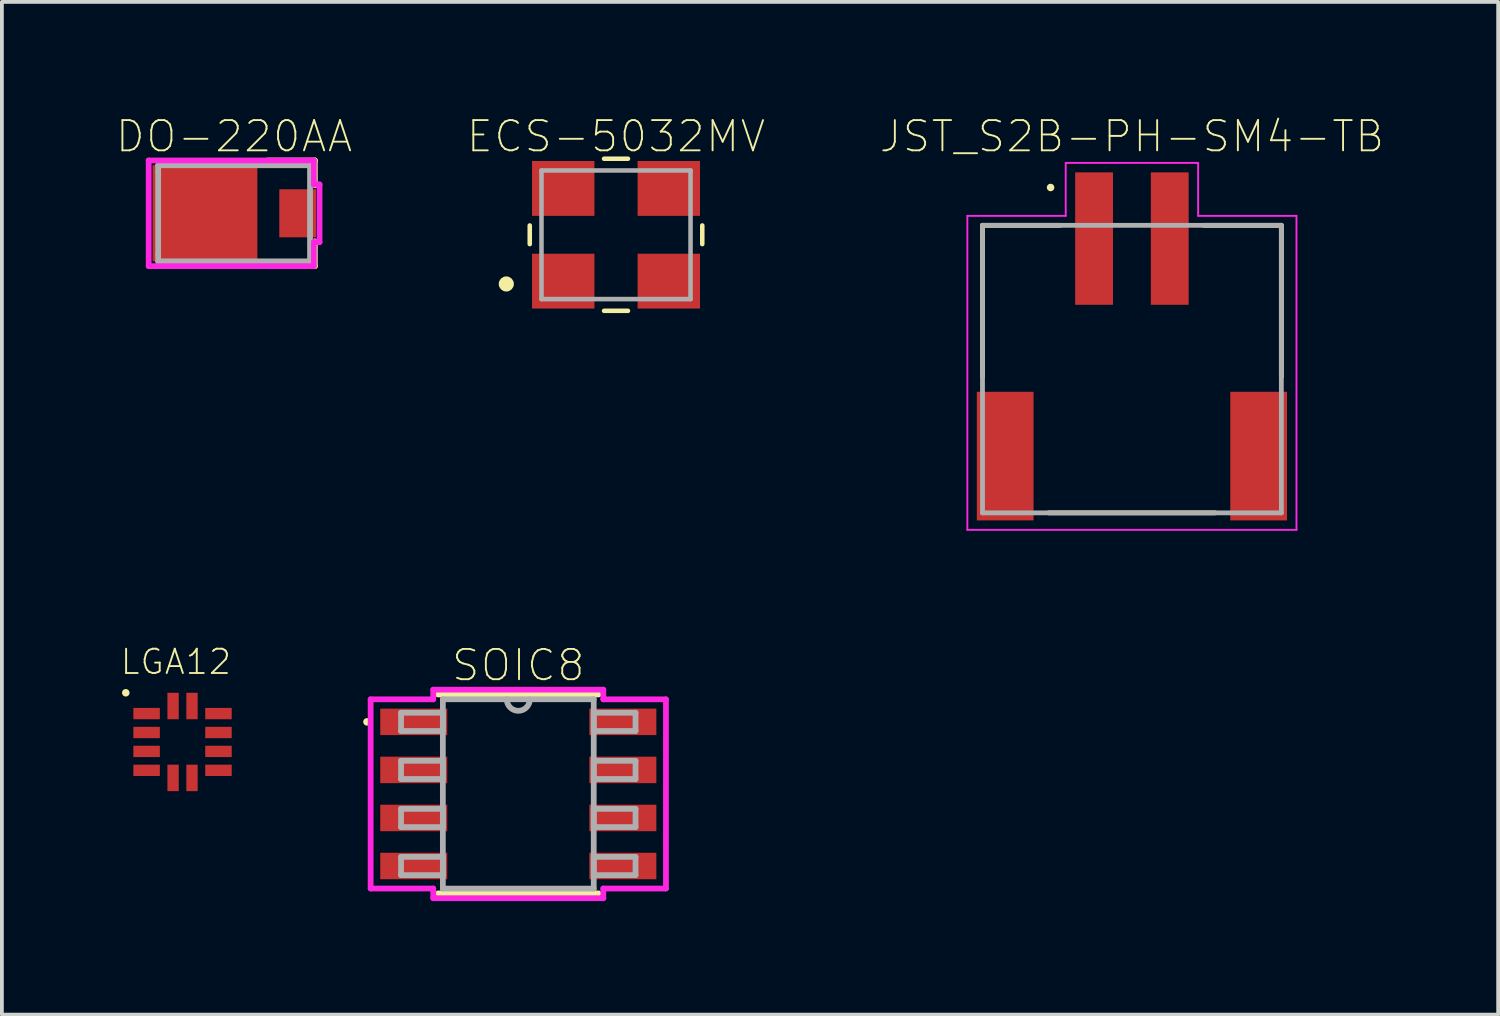
<source format=kicad_pcb>
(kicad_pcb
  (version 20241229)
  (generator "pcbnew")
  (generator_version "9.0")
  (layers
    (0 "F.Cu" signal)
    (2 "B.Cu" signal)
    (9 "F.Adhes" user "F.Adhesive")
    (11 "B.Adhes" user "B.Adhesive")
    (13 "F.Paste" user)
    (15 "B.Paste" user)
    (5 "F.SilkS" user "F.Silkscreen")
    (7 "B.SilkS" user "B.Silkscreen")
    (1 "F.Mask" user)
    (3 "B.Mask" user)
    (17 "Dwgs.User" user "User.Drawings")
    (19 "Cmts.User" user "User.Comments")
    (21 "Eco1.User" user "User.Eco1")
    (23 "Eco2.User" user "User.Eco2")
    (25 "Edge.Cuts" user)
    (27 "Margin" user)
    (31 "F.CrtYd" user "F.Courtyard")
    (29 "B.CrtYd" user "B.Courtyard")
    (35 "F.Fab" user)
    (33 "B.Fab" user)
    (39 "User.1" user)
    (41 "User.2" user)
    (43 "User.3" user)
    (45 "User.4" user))
  (footprint "LGA12"
    (layer "F.Cu")
    (at 1.775 16.562)
    (property "Reference" "LGA12" (at -0.175 -2.117 0) (layer "F.SilkS") (effects (font (size 0.643 0.643) (thickness 0.05))))
    (attr smd)
    (fp_circle (center -1.5 -1.3) (end -1.45 -1.3) (stroke (width 0.1) (type solid)) (fill no) (layer "F.SilkS"))
    (fp_line (start -1.75 -1.75) (end 1.75 -1.75) (stroke (width 0.05) (type solid)) (layer "Eco1.User"))
    (fp_line (start -1.75 1.75) (end -1.75 -1.75) (stroke (width 0.05) (type solid)) (layer "Eco1.User"))
    (fp_line (start 1.75 -1.75) (end 1.75 1.75) (stroke (width 0.05) (type solid)) (layer "Eco1.User"))
    (fp_line (start 1.75 1.75) (end -1.75 1.75) (stroke (width 0.05) (type solid)) (layer "Eco1.User"))
    (fp_line (start -1 -1) (end 1 -1) (stroke (width 0.127) (type solid)) (layer "Eco2.User"))
    (fp_line (start -1 1) (end -1 -1) (stroke (width 0.127) (type solid)) (layer "Eco2.User"))
    (fp_line (start 1 -1) (end 1 1) (stroke (width 0.127) (type solid)) (layer "Eco2.User"))
    (fp_line (start 1 1) (end -1 1) (stroke (width 0.127) (type solid)) (layer "Eco2.User"))
    (pad "1" smd rect (at -0.95 -0.75) (size 0.7 0.3) (layers "F.Cu" "F.Mask" "F.Paste"))
    (pad "2" smd rect (at -0.95 -0.25) (size 0.7 0.3) (layers "F.Cu" "F.Mask" "F.Paste"))
    (pad "3" smd rect (at -0.95 0.25) (size 0.7 0.3) (layers "F.Cu" "F.Mask" "F.Paste"))
    (pad "4" smd rect (at -0.95 0.75) (size 0.7 0.3) (layers "F.Cu" "F.Mask" "F.Paste"))
    (pad "5" smd rect (at -0.25 0.95 90) (size 0.7 0.3) (layers "F.Cu" "F.Mask" "F.Paste"))
    (pad "6" smd rect (at 0.25 0.95 90) (size 0.7 0.3) (layers "F.Cu" "F.Mask" "F.Paste"))
    (pad "7" smd rect (at 0.95 0.75 180) (size 0.7 0.3) (layers "F.Cu" "F.Mask" "F.Paste"))
    (pad "8" smd rect (at 0.95 0.25 180) (size 0.7 0.3) (layers "F.Cu" "F.Mask" "F.Paste"))
    (pad "9" smd rect (at 0.95 -0.25 180) (size 0.7 0.3) (layers "F.Cu" "F.Mask" "F.Paste"))
    (pad "10" smd rect (at 0.95 -0.75 180) (size 0.7 0.3) (layers "F.Cu" "F.Mask" "F.Paste"))
    (pad "11" smd rect (at 0.25 -0.95 270) (size 0.7 0.3) (layers "F.Cu" "F.Mask" "F.Paste"))
    (pad "12" smd rect (at -0.25 -0.95 270) (size 0.7 0.3) (layers "F.Cu" "F.Mask" "F.Paste")))
  (footprint "JST_S2B-PH-SM4-TB"
    (layer "F.Cu")
    (at 26.87 3.256)
    (property "Reference" "JST_S2B-PH-SM4-TB" (at 0 -2.7 0) (layer "F.SilkS") (effects (font (size 0.8 0.8) (thickness 0.05))))
    (attr smd)
    (fp_line (start -3.95 -0.35) (end -3.95 3.65) (stroke (width 0.127) (type solid)) (layer "F.SilkS"))
    (fp_line (start -2.2 7.25) (end 2.2 7.25) (stroke (width 0.127) (type solid)) (layer "F.SilkS"))
    (fp_line (start -1.9 -0.35) (end -3.95 -0.35) (stroke (width 0.127) (type solid)) (layer "F.SilkS"))
    (fp_line (start 3.95 -0.35) (end 1.9 -0.35) (stroke (width 0.127) (type solid)) (layer "F.SilkS"))
    (fp_line (start 3.95 3.65) (end 3.95 -0.35) (stroke (width 0.127) (type solid)) (layer "F.SilkS"))
    (fp_circle (center -2.15 -1.35) (end -2.1 -1.35) (stroke (width 0.1) (type solid)) (fill no) (layer "F.SilkS"))
    (fp_line (start -4.35 -0.6) (end -1.75 -0.6) (stroke (width 0.05) (type solid)) (layer "F.CrtYd"))
    (fp_line (start -4.35 7.7) (end -4.35 -0.6) (stroke (width 0.05) (type solid)) (layer "F.CrtYd"))
    (fp_line (start -1.75 -2) (end 1.75 -2) (stroke (width 0.05) (type solid)) (layer "F.CrtYd"))
    (fp_line (start -1.75 -0.6) (end -1.75 -2) (stroke (width 0.05) (type solid)) (layer "F.CrtYd"))
    (fp_line (start 1.75 -2) (end 1.75 -0.6) (stroke (width 0.05) (type solid)) (layer "F.CrtYd"))
    (fp_line (start 1.75 -0.6) (end 4.35 -0.6) (stroke (width 0.05) (type solid)) (layer "F.CrtYd"))
    (fp_line (start 4.35 -0.6) (end 4.35 7.7) (stroke (width 0.05) (type solid)) (layer "F.CrtYd"))
    (fp_line (start 4.35 7.7) (end -4.35 7.7) (stroke (width 0.05) (type solid)) (layer "F.CrtYd"))
    (fp_line (start -3.95 -0.35) (end 3.95 -0.35) (stroke (width 0.127) (type solid)) (layer "F.Fab"))
    (fp_line (start -3.95 7.25) (end -3.95 -0.35) (stroke (width 0.127) (type solid)) (layer "F.Fab"))
    (fp_line (start 3.95 -0.35) (end 3.95 7.25) (stroke (width 0.127) (type solid)) (layer "F.Fab"))
    (fp_line (start 3.95 7.25) (end -3.95 7.25) (stroke (width 0.127) (type solid)) (layer "F.Fab"))
    (pad "1" smd rect (at -1 0 180) (size 1 3.5) (layers "F.Cu" "F.Mask" "F.Paste"))
    (pad "2" smd rect (at 1 0 180) (size 1 3.5) (layers "F.Cu" "F.Mask" "F.Paste"))
    (pad "S1" smd rect (at -3.35 5.75 180) (size 1.5 3.4) (layers "F.Cu" "F.Mask" "F.Paste"))
    (pad "S2" smd rect (at 3.35 5.75 180) (size 1.5 3.4) (layers "F.Cu" "F.Mask" "F.Paste")))
  (footprint "DO-220AA"
    (layer "F.Cu")
    (at 3.138 2.588)
    (property "Reference" "DO-220AA" (at 0 -2.032 0) (layer "F.SilkS") (effects (font (size 0.8 0.8) (thickness 0.05))))
    (attr through_hole)
    (fp_line (start 0.891 1.397) (end 2.134 1.397) (stroke (width 0.152) (type solid)) (layer "F.SilkS"))
    (fp_line (start 2.134 -1.397) (end 0.891 -1.397) (stroke (width 0.152) (type solid)) (layer "F.SilkS"))
    (fp_line (start 2.134 -0.74) (end 2.134 -1.397) (stroke (width 0.152) (type solid)) (layer "F.SilkS"))
    (fp_line (start 2.134 1.397) (end 2.134 0.74) (stroke (width 0.152) (type solid)) (layer "F.SilkS"))
    (fp_line (start -2.258 -1.397) (end 2.108 -1.397) (stroke (width 0.152) (type solid)) (layer "F.CrtYd"))
    (fp_line (start -2.258 1.397) (end -2.258 -1.397) (stroke (width 0.152) (type solid)) (layer "F.CrtYd"))
    (fp_line (start 2.108 -1.397) (end 2.108 -0.762) (stroke (width 0.152) (type solid)) (layer "F.CrtYd"))
    (fp_line (start 2.108 -0.762) (end 2.258 -0.762) (stroke (width 0.152) (type solid)) (layer "F.CrtYd"))
    (fp_line (start 2.108 0.762) (end 2.108 1.397) (stroke (width 0.152) (type solid)) (layer "F.CrtYd"))
    (fp_line (start 2.108 1.397) (end -2.258 1.397) (stroke (width 0.152) (type solid)) (layer "F.CrtYd"))
    (fp_line (start 2.258 -0.762) (end 2.258 0.762) (stroke (width 0.152) (type solid)) (layer "F.CrtYd"))
    (fp_line (start 2.258 0.762) (end 2.108 0.762) (stroke (width 0.152) (type solid)) (layer "F.CrtYd"))
    (fp_line (start -2.007 -1.27) (end -2.007 1.27) (stroke (width 0.152) (type solid)) (layer "F.Fab"))
    (fp_line (start -2.007 -1.092) (end -2.007 -1.092) (stroke (width 0.152) (type solid)) (layer "F.Fab"))
    (fp_line (start -2.007 1.092) (end -2.007 1.092) (stroke (width 0.152) (type solid)) (layer "F.Fab"))
    (fp_line (start -2.007 1.27) (end 2.007 1.27) (stroke (width 0.152) (type solid)) (layer "F.Fab"))
    (fp_line (start 2.007 -1.27) (end -2.007 -1.27) (stroke (width 0.152) (type solid)) (layer "F.Fab"))
    (fp_line (start 2.007 1.27) (end 2.007 -1.27) (stroke (width 0.152) (type solid)) (layer "F.Fab"))
    (pad "1" smd rect (at -0.77 0) (size 2.77 2.54) (layers "F.Cu" "F.Mask" "F.Paste"))
    (pad "2" smd rect (at 1.68 0) (size 0.97 1.27) (layers "F.Cu" "F.Mask" "F.Paste")))
  (footprint "SOIC8"
    (layer "F.Cu")
    (at 10.65 17.936)
    (property "Reference" "SOIC8" (at 0 -3.4 0) (layer "F.SilkS") (effects (font (size 0.8 0.8) (thickness 0.05))))
    (attr through_hole)
    (fp_line (start -2.121 2.629) (end 2.121 2.629) (stroke (width 0.152) (type solid)) (layer "F.SilkS"))
    (fp_line (start 2.121 -2.629) (end -2.121 -2.629) (stroke (width 0.152) (type solid)) (layer "F.SilkS"))
    (fp_circle (center -4 -1.905) (end -3.95 -1.905) (stroke (width 0.1) (type solid)) (fill no) (layer "F.SilkS"))
    (fp_line (start -3.903 -2.5) (end -2.248 -2.5) (stroke (width 0.152) (type solid)) (layer "F.CrtYd"))
    (fp_line (start -3.903 2.5) (end -3.903 -2.5) (stroke (width 0.152) (type solid)) (layer "F.CrtYd"))
    (fp_line (start -2.248 -2.756) (end 2.248 -2.756) (stroke (width 0.152) (type solid)) (layer "F.CrtYd"))
    (fp_line (start -2.248 -2.5) (end -2.248 -2.756) (stroke (width 0.152) (type solid)) (layer "F.CrtYd"))
    (fp_line (start -2.248 2.5) (end -3.903 2.5) (stroke (width 0.152) (type solid)) (layer "F.CrtYd"))
    (fp_line (start -2.248 2.756) (end -2.248 2.5) (stroke (width 0.152) (type solid)) (layer "F.CrtYd"))
    (fp_line (start 2.248 -2.756) (end 2.248 -2.5) (stroke (width 0.152) (type solid)) (layer "F.CrtYd"))
    (fp_line (start 2.248 -2.5) (end 3.903 -2.5) (stroke (width 0.152) (type solid)) (layer "F.CrtYd"))
    (fp_line (start 2.248 2.5) (end 2.248 2.756) (stroke (width 0.152) (type solid)) (layer "F.CrtYd"))
    (fp_line (start 2.248 2.756) (end -2.248 2.756) (stroke (width 0.152) (type solid)) (layer "F.CrtYd"))
    (fp_line (start 3.903 -2.5) (end 3.903 2.5) (stroke (width 0.152) (type solid)) (layer "F.CrtYd"))
    (fp_line (start 3.903 2.5) (end 2.248 2.5) (stroke (width 0.152) (type solid)) (layer "F.CrtYd"))
    (fp_line (start -3.099 -2.146) (end -3.099 -1.664) (stroke (width 0.152) (type solid)) (layer "F.Fab"))
    (fp_line (start -3.099 -1.664) (end -1.994 -1.664) (stroke (width 0.152) (type solid)) (layer "F.Fab"))
    (fp_line (start -3.099 -0.876) (end -3.099 -0.394) (stroke (width 0.152) (type solid)) (layer "F.Fab"))
    (fp_line (start -3.099 -0.394) (end -1.994 -0.394) (stroke (width 0.152) (type solid)) (layer "F.Fab"))
    (fp_line (start -3.099 0.394) (end -3.099 0.876) (stroke (width 0.152) (type solid)) (layer "F.Fab"))
    (fp_line (start -3.099 0.876) (end -1.994 0.876) (stroke (width 0.152) (type solid)) (layer "F.Fab"))
    (fp_line (start -3.099 1.664) (end -3.099 2.146) (stroke (width 0.152) (type solid)) (layer "F.Fab"))
    (fp_line (start -3.099 2.146) (end -1.994 2.146) (stroke (width 0.152) (type solid)) (layer "F.Fab"))
    (fp_line (start -1.994 -2.502) (end -1.994 2.502) (stroke (width 0.152) (type solid)) (layer "F.Fab"))
    (fp_line (start -1.994 -2.146) (end -3.099 -2.146) (stroke (width 0.152) (type solid)) (layer "F.Fab"))
    (fp_line (start -1.994 -1.664) (end -1.994 -2.146) (stroke (width 0.152) (type solid)) (layer "F.Fab"))
    (fp_line (start -1.994 -0.876) (end -3.099 -0.876) (stroke (width 0.152) (type solid)) (layer "F.Fab"))
    (fp_line (start -1.994 -0.394) (end -1.994 -0.876) (stroke (width 0.152) (type solid)) (layer "F.Fab"))
    (fp_line (start -1.994 0.394) (end -3.099 0.394) (stroke (width 0.152) (type solid)) (layer "F.Fab"))
    (fp_line (start -1.994 0.876) (end -1.994 0.394) (stroke (width 0.152) (type solid)) (layer "F.Fab"))
    (fp_line (start -1.994 1.664) (end -3.099 1.664) (stroke (width 0.152) (type solid)) (layer "F.Fab"))
    (fp_line (start -1.994 2.146) (end -1.994 1.664) (stroke (width 0.152) (type solid)) (layer "F.Fab"))
    (fp_line (start -1.994 2.502) (end 1.994 2.502) (stroke (width 0.152) (type solid)) (layer "F.Fab"))
    (fp_line (start 1.994 -2.502) (end -1.994 -2.502) (stroke (width 0.152) (type solid)) (layer "F.Fab"))
    (fp_line (start 1.994 -2.146) (end 1.994 -1.664) (stroke (width 0.152) (type solid)) (layer "F.Fab"))
    (fp_line (start 1.994 -1.664) (end 3.099 -1.664) (stroke (width 0.152) (type solid)) (layer "F.Fab"))
    (fp_line (start 1.994 -0.876) (end 1.994 -0.394) (stroke (width 0.152) (type solid)) (layer "F.Fab"))
    (fp_line (start 1.994 -0.394) (end 3.099 -0.394) (stroke (width 0.152) (type solid)) (layer "F.Fab"))
    (fp_line (start 1.994 0.394) (end 1.994 0.876) (stroke (width 0.152) (type solid)) (layer "F.Fab"))
    (fp_line (start 1.994 0.876) (end 3.099 0.876) (stroke (width 0.152) (type solid)) (layer "F.Fab"))
    (fp_line (start 1.994 1.664) (end 1.994 2.146) (stroke (width 0.152) (type solid)) (layer "F.Fab"))
    (fp_line (start 1.994 2.146) (end 3.099 2.146) (stroke (width 0.152) (type solid)) (layer "F.Fab"))
    (fp_line (start 1.994 2.502) (end 1.994 -2.502) (stroke (width 0.152) (type solid)) (layer "F.Fab"))
    (fp_line (start 3.099 -2.146) (end 1.994 -2.146) (stroke (width 0.152) (type solid)) (layer "F.Fab"))
    (fp_line (start 3.099 -1.664) (end 3.099 -2.146) (stroke (width 0.152) (type solid)) (layer "F.Fab"))
    (fp_line (start 3.099 -0.876) (end 1.994 -0.876) (stroke (width 0.152) (type solid)) (layer "F.Fab"))
    (fp_line (start 3.099 -0.394) (end 3.099 -0.876) (stroke (width 0.152) (type solid)) (layer "F.Fab"))
    (fp_line (start 3.099 0.394) (end 1.994 0.394) (stroke (width 0.152) (type solid)) (layer "F.Fab"))
    (fp_line (start 3.099 0.876) (end 3.099 0.394) (stroke (width 0.152) (type solid)) (layer "F.Fab"))
    (fp_line (start 3.099 1.664) (end 1.994 1.664) (stroke (width 0.152) (type solid)) (layer "F.Fab"))
    (fp_line (start 3.099 2.146) (end 3.099 1.664) (stroke (width 0.152) (type solid)) (layer "F.Fab"))
    (fp_arc (start 0.3048 -2.5019) (mid 0 -2.1971) (end -0.3048 -2.5019) (stroke (width 0.1524) (type solid)) (layer "F.Fab"))
    (pad "1" smd rect (at -2.764 -1.905) (size 1.77 0.7) (layers "F.Cu" "F.Mask" "F.Paste"))
    (pad "2" smd rect (at -2.764 -0.635) (size 1.77 0.7) (layers "F.Cu" "F.Mask" "F.Paste"))
    (pad "3" smd rect (at -2.764 0.635) (size 1.77 0.7) (layers "F.Cu" "F.Mask" "F.Paste"))
    (pad "4" smd rect (at -2.764 1.905) (size 1.77 0.7) (layers "F.Cu" "F.Mask" "F.Paste"))
    (pad "5" smd rect (at 2.764 1.905) (size 1.77 0.7) (layers "F.Cu" "F.Mask" "F.Paste"))
    (pad "6" smd rect (at 2.764 0.635) (size 1.77 0.7) (layers "F.Cu" "F.Mask" "F.Paste"))
    (pad "7" smd rect (at 2.764 -0.635) (size 1.77 0.7) (layers "F.Cu" "F.Mask" "F.Paste"))
    (pad "8" smd rect (at 2.764 -1.905) (size 1.77 0.7) (layers "F.Cu" "F.Mask" "F.Paste")))
  (footprint "ECS-5032MV"
    (layer "F.Cu")
    (at 13.233 3.156)
    (property "Reference" "ECS-5032MV" (at 0 -2.6 0) (layer "F.SilkS") (effects (font (size 0.8 0.8) (thickness 0.05))))
    (attr smd)
    (fp_line (start -2.28 -0.246) (end -2.28 0.246) (stroke (width 0.12) (type solid)) (layer "F.SilkS"))
    (fp_line (start -0.316 -2.01) (end 0.316 -2.01) (stroke (width 0.12) (type solid)) (layer "F.SilkS"))
    (fp_line (start -0.316 2.01) (end 0.316 2.01) (stroke (width 0.12) (type solid)) (layer "F.SilkS"))
    (fp_line (start 2.28 -0.246) (end 2.28 0.246) (stroke (width 0.12) (type solid)) (layer "F.SilkS"))
    (fp_circle (center -2.9 1.3) (end -2.8 1.3) (stroke (width 0.2) (type solid)) (fill no) (layer "F.SilkS"))
    (fp_line (start -1.97 -1.7) (end 1.97 -1.7) (stroke (width 0.12) (type solid)) (layer "F.Fab"))
    (fp_line (start -1.97 1.7) (end -1.97 -1.7) (stroke (width 0.12) (type solid)) (layer "F.Fab"))
    (fp_line (start 1.97 -1.7) (end 1.97 1.7) (stroke (width 0.12) (type solid)) (layer "F.Fab"))
    (fp_line (start 1.97 1.7) (end -1.97 1.7) (stroke (width 0.12) (type solid)) (layer "F.Fab"))
    (pad "1" smd rect (at -1.395 1.225) (size 1.65 1.45) (layers "F.Cu" "F.Mask" "F.Paste"))
    (pad "2" smd rect (at 1.395 1.225) (size 1.65 1.45) (layers "F.Cu" "F.Mask" "F.Paste"))
    (pad "3" smd rect (at 1.395 -1.225) (size 1.65 1.45) (layers "F.Cu" "F.Mask" "F.Paste"))
    (pad "4" smd rect (at -1.395 -1.225) (size 1.65 1.45) (layers "F.Cu" "F.Mask" "F.Paste")))
  (gr_rect
    (start -3 -3)
    (end 36.551 23.769)
    (stroke (width 0.1) (type default))
    (fill no)
    (layer "Edge.Cuts")))
</source>
